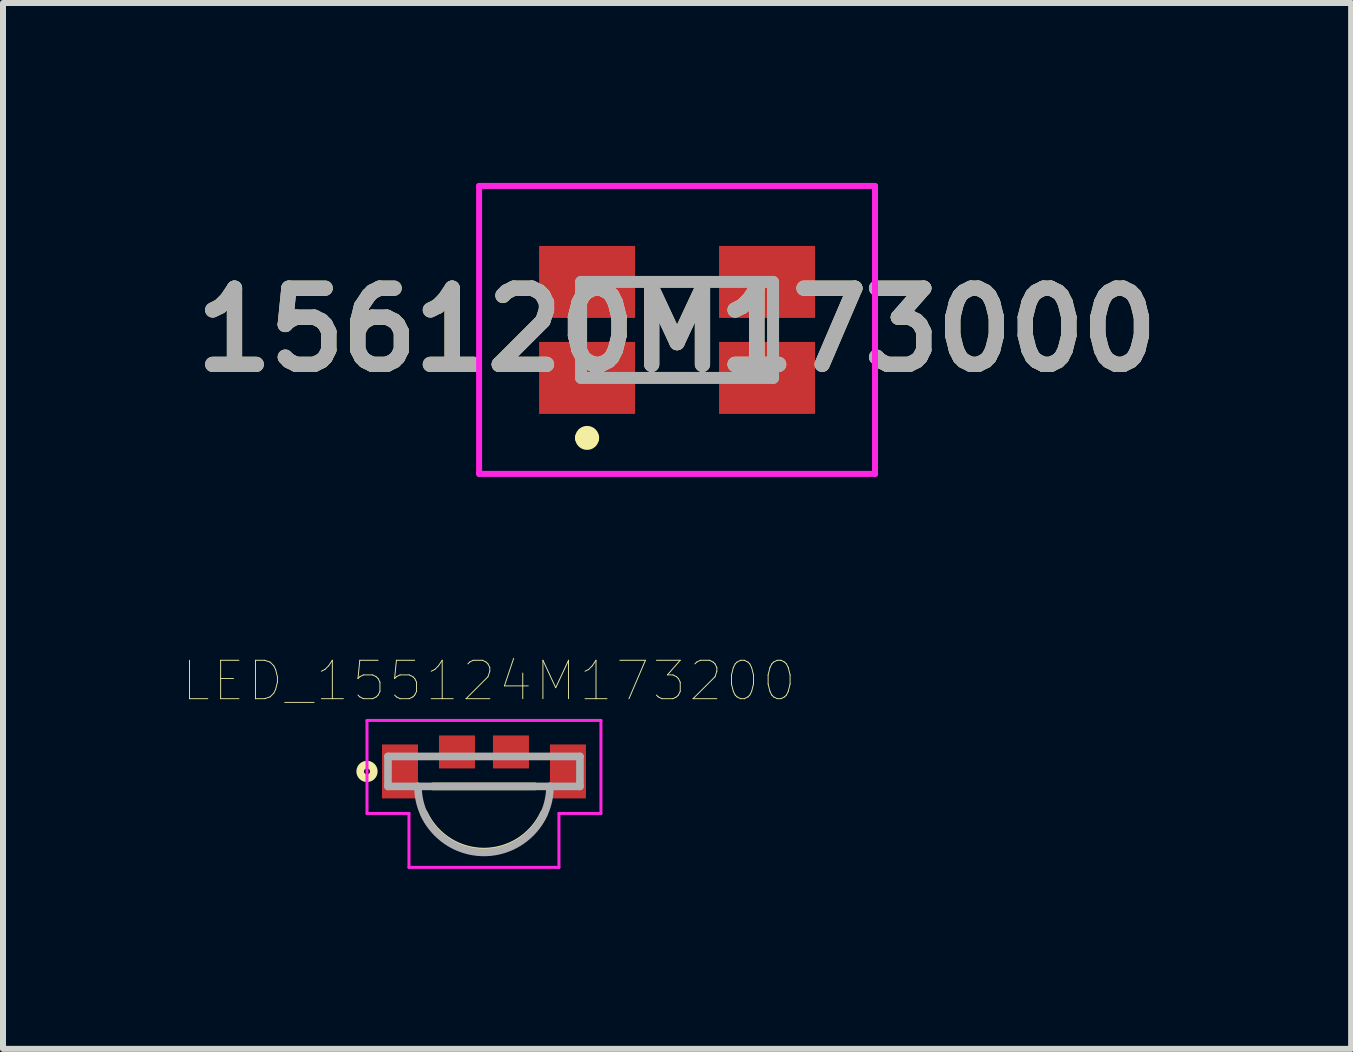
<source format=kicad_pcb>
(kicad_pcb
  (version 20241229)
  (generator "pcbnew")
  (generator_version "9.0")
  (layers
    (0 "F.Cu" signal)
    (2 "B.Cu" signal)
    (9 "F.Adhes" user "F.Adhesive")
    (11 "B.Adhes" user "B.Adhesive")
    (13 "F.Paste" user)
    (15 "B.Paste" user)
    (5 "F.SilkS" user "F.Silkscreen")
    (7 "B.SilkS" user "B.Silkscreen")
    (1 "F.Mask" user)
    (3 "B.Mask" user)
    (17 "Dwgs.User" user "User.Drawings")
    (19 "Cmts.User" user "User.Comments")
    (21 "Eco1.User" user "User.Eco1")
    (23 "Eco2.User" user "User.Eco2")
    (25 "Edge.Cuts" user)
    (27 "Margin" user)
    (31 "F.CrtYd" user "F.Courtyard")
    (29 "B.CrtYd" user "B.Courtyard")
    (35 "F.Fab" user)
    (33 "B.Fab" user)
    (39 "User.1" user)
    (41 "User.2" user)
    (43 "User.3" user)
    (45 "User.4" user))
  (footprint "156120M173000"
    (layer "F.Cu")
    (at 8.237 2.45)
    (property "Reference" "156120M173000" (at 0 0 0) (layer "F.SilkS") (effects (font (size 1.27 1.27) (thickness 0.254))))
    (attr smd)
    (fp_line (start -1.6 1.8) (end -1.6 1.8) (stroke (width 0.2) (type solid)) (layer "F.SilkS"))
    (fp_line (start -1.4 1.8) (end -1.4 1.8) (stroke (width 0.2) (type solid)) (layer "F.SilkS"))
    (fp_arc (start -1.6 1.8) (mid -1.5 1.7) (end -1.4 1.8) (stroke (width 0.2) (type solid)) (layer "F.SilkS"))
    (fp_arc (start -1.4 1.8) (mid -1.5 1.9) (end -1.6 1.8) (stroke (width 0.2) (type solid)) (layer "F.SilkS"))
    (fp_line (start -3.3 -2.4) (end 3.3 -2.4) (stroke (width 0.1) (type solid)) (layer "F.CrtYd"))
    (fp_line (start -3.3 2.4) (end -3.3 -2.4) (stroke (width 0.1) (type solid)) (layer "F.CrtYd"))
    (fp_line (start 3.3 -2.4) (end 3.3 2.4) (stroke (width 0.1) (type solid)) (layer "F.CrtYd"))
    (fp_line (start 3.3 2.4) (end -3.3 2.4) (stroke (width 0.1) (type solid)) (layer "F.CrtYd"))
    (fp_line (start -1.6 -0.8) (end -1.6 0.8) (stroke (width 0.2) (type solid)) (layer "F.Fab"))
    (fp_line (start -1.6 0.8) (end 1.6 0.8) (stroke (width 0.2) (type solid)) (layer "F.Fab"))
    (fp_line (start 1.6 -0.8) (end -1.6 -0.8) (stroke (width 0.2) (type solid)) (layer "F.Fab"))
    (fp_line (start 1.6 0.8) (end 1.6 -0.8) (stroke (width 0.2) (type solid)) (layer "F.Fab"))
    (fp_text user "${REFERENCE}" (at 0 0 0) (layer "F.Fab") (effects (font (size 1.27 1.27) (thickness 0.254))))
    (pad "1" smd rect (at -1.5 0.8 90) (size 1.2 1.6) (layers "F.Cu" "F.Mask" "F.Paste"))
    (pad "2" smd rect (at -1.5 -0.8 90) (size 1.2 1.6) (layers "F.Cu" "F.Mask" "F.Paste"))
    (pad "3" smd rect (at 1.5 -0.8 90) (size 1.2 1.6) (layers "F.Cu" "F.Mask" "F.Paste"))
    (pad "4" smd rect (at 1.5 0.8 90) (size 1.2 1.6) (layers "F.Cu" "F.Mask" "F.Paste")))
  (footprint "LED_155124M173200"
    (layer "F.Cu")
    (at 5.018 9.81)
    (property "Reference" "LED_155124M173200" (at 0.082 -1.508 0) (layer "F.SilkS") (effects (font (size 0.641 0.641) (thickness 0.015))))
    (attr through_hole)
    (fp_line (start -0.85 0.25) (end 0.85 0.25) (stroke (width 0.127) (type solid)) (layer "F.SilkS"))
    (fp_arc (start 1 0.7) (mid 0 1.33707) (end -1 0.699999) (stroke (width 0.127) (type solid)) (layer "F.SilkS"))
    (fp_circle (center -1.95 0) (end -1.9 0) (stroke (width 0.127) (type solid)) (fill no) (layer "F.SilkS"))
    (fp_line (start -1.95 -0.85) (end 1.95 -0.85) (stroke (width 0.05) (type solid)) (layer "F.CrtYd"))
    (fp_line (start -1.95 0.7) (end -1.95 -0.85) (stroke (width 0.05) (type solid)) (layer "F.CrtYd"))
    (fp_line (start -1.25 0.7) (end -1.95 0.7) (stroke (width 0.05) (type solid)) (layer "F.CrtYd"))
    (fp_line (start -1.25 1.6) (end -1.25 0.7) (stroke (width 0.05) (type solid)) (layer "F.CrtYd"))
    (fp_line (start 1.25 0.7) (end 1.25 1.6) (stroke (width 0.05) (type solid)) (layer "F.CrtYd"))
    (fp_line (start 1.25 1.6) (end -1.25 1.6) (stroke (width 0.05) (type solid)) (layer "F.CrtYd"))
    (fp_line (start 1.95 -0.85) (end 1.95 0.7) (stroke (width 0.05) (type solid)) (layer "F.CrtYd"))
    (fp_line (start 1.95 0.7) (end 1.25 0.7) (stroke (width 0.05) (type solid)) (layer "F.CrtYd"))
    (fp_line (start -1.6 -0.25) (end 1.6 -0.25) (stroke (width 0.127) (type solid)) (layer "F.Fab"))
    (fp_line (start -1.6 0.25) (end -1.6 -0.25) (stroke (width 0.127) (type solid)) (layer "F.Fab"))
    (fp_line (start -1.1 0.25) (end -1.6 0.25) (stroke (width 0.127) (type solid)) (layer "F.Fab"))
    (fp_line (start 1.1 0.25) (end -1.1 0.25) (stroke (width 0.127) (type solid)) (layer "F.Fab"))
    (fp_line (start 1.6 -0.25) (end 1.6 0.25) (stroke (width 0.127) (type solid)) (layer "F.Fab"))
    (fp_line (start 1.6 0.25) (end 1.1 0.25) (stroke (width 0.127) (type solid)) (layer "F.Fab"))
    (fp_arc (start 1.1 0.25) (mid 0 1.35) (end -1.1 0.25) (stroke (width 0.127) (type solid)) (layer "F.Fab"))
    (pad "1" smd rect (at -1.4 0) (size 0.6 0.9) (layers "F.Cu" "F.Mask" "F.Paste"))
    (pad "2" smd rect (at -0.45 -0.325) (size 0.6 0.55) (layers "F.Cu" "F.Mask" "F.Paste"))
    (pad "3" smd rect (at 0.45 -0.325) (size 0.6 0.55) (layers "F.Cu" "F.Mask" "F.Paste"))
    (pad "4" smd rect (at 1.4 0) (size 0.6 0.9) (layers "F.Cu" "F.Mask" "F.Paste")))
  (gr_rect
    (start -3 -3)
    (end 19.474 14.435)
    (stroke (width 0.1) (type default))
    (fill no)
    (layer "Edge.Cuts")))
</source>
